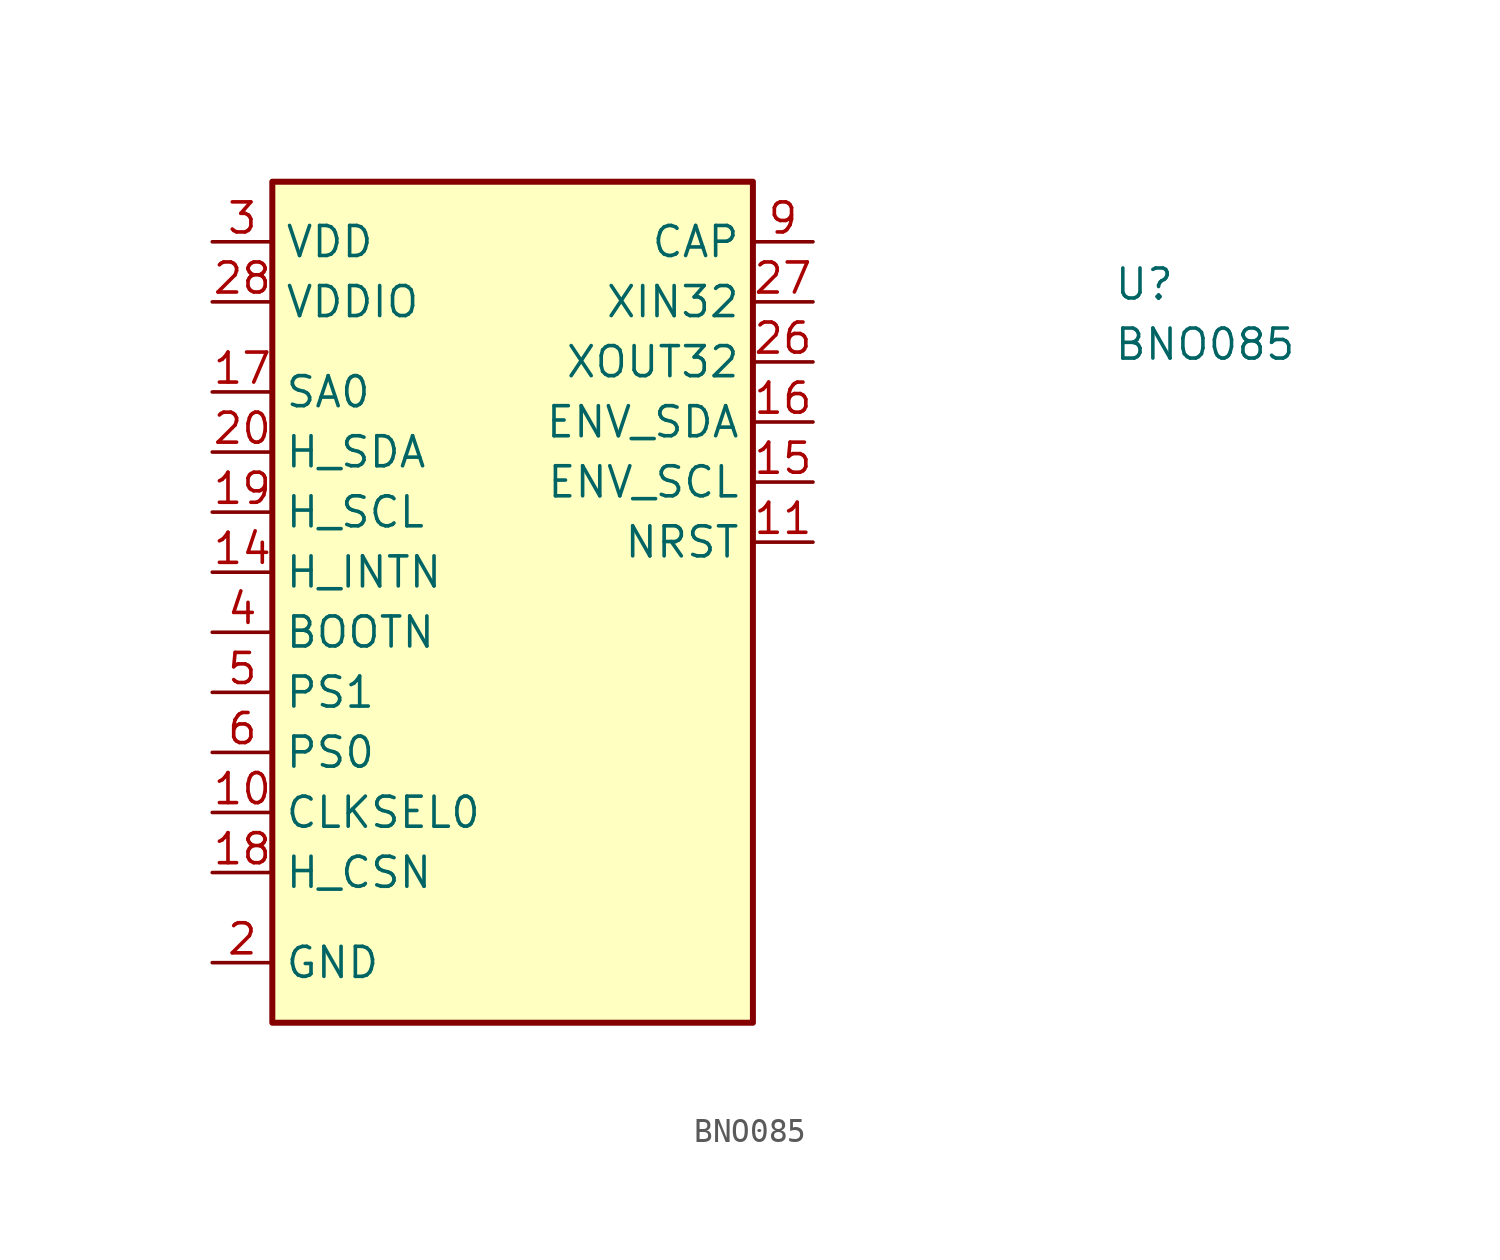
<source format=kicad_sym>
(kicad_symbol_lib
  (version 20211014)
  (generator kicad_symbol_editor)
  (symbol "BNO085"
    (property "Reference" "U"
      (at 38.1 -2.54 0)
      (effects (font (size 1.27 1.27) (thickness 0.15)) (justify left bottom)))
    (property "Value" "BNO085"
      (at 38.1 -5.08 0)
      (effects (font (size 1.27 1.27) (thickness 0.15)) (justify left bottom)))
    (symbol "BNO085_1_1"
      (rectangle (start 2.54 2.54) (end 22.86 -33.02) (stroke (width 0.254) (type default) (color 0 0 0 0)) (fill (type background)))
      (pin no_connect line (at 22.86 -15.24 180) (length 2.54) hide (name "RESV_NC" (effects (font (size 1.27 1.27)))) (number "1" (effects (font (size 1.27 1.27)))))
      (pin passive line (at 0 -24.13 0) (length 2.54) (name "CLKSEL0" (effects (font (size 1.27 1.27)))) (number "10" (effects (font (size 1.27 1.27)))))
      (pin input line (at 25.4 -12.7 180) (length 2.54) (name "NRST" (effects (font (size 1.27 1.27)))) (number "11" (effects (font (size 1.27 1.27)))))
      (pin no_connect line (at 22.86 -22.86 180) (length 2.54) hide (name "RESV_NC" (effects (font (size 1.27 1.27)))) (number "12" (effects (font (size 1.27 1.27)))))
      (pin no_connect line (at 22.86 -25.4 180) (length 2.54) hide (name "RESV_NC" (effects (font (size 1.27 1.27)))) (number "13" (effects (font (size 1.27 1.27)))))
      (pin output line (at 0 -13.97 0) (length 2.54) (name "H_INTN" (effects (font (size 1.27 1.27)))) (number "14" (effects (font (size 1.27 1.27)))))
      (pin passive line (at 25.4 -10.16 180) (length 2.54) (name "ENV_SCL" (effects (font (size 1.27 1.27)))) (number "15" (effects (font (size 1.27 1.27)))))
      (pin passive line (at 25.4 -7.62 180) (length 2.54) (name "ENV_SDA" (effects (font (size 1.27 1.27)))) (number "16" (effects (font (size 1.27 1.27)))))
      (pin input line (at 0 -6.35 0) (length 2.54) (name "SA0" (effects (font (size 1.27 1.27)))) (number "17" (effects (font (size 1.27 1.27)))) (alternate "H_MOSI" input line))
      (pin input line (at 0 -26.67 0) (length 2.54) (name "H_CSN" (effects (font (size 1.27 1.27)))) (number "18" (effects (font (size 1.27 1.27)))))
      (pin input line (at 0 -11.43 0) (length 2.54) (name "H_SCL" (effects (font (size 1.27 1.27)))) (number "19" (effects (font (size 1.27 1.27)))) (alternate "RX" input line) (alternate "SCK" input line))
      (pin power_in line (at 0 -30.48 0) (length 2.54) (name "GND" (effects (font (size 1.27 1.27)))) (number "2" (effects (font (size 1.27 1.27)))))
      (pin input line (at 0 -8.89 0) (length 2.54) (name "H_SDA" (effects (font (size 1.27 1.27)))) (number "20" (effects (font (size 1.27 1.27)))) (alternate "H_MISO" bidirectional line) (alternate "TX" output line))
      (pin no_connect line (at 22.86 -27.94 180) (length 2.54) hide (name "RESV_NC" (effects (font (size 1.27 1.27)))) (number "21" (effects (font (size 1.27 1.27)))))
      (pin no_connect line (at 22.86 -30.48 180) (length 2.54) hide (name "RESV_NC" (effects (font (size 1.27 1.27)))) (number "22" (effects (font (size 1.27 1.27)))))
      (pin no_connect line (at 10.795 -33.02 90) (length 2.54) hide (name "RESV_NC" (effects (font (size 1.27 1.27)))) (number "23" (effects (font (size 1.27 1.27)))))
      (pin no_connect line (at 8.255 -33.02 90) (length 2.54) hide (name "RESV_NC" (effects (font (size 1.27 1.27)))) (number "24" (effects (font (size 1.27 1.27)))))
      (pin passive line (at 0 -30.48 0) (length 2.54) hide (name "GND" (effects (font (size 1.27 1.27)))) (number "25" (effects (font (size 1.27 1.27)))))
      (pin output line (at 25.4 -5.08 180) (length 2.54) (name "XOUT32" (effects (font (size 1.27 1.27)))) (number "26" (effects (font (size 1.27 1.27)))) (alternate "CLKSEL1" output line))
      (pin input line (at 25.4 -2.54 180) (length 2.54) (name "XIN32" (effects (font (size 1.27 1.27)))) (number "27" (effects (font (size 1.27 1.27)))))
      (pin power_in line (at 0 -2.54 0) (length 2.54) (name "VDDIO" (effects (font (size 1.27 1.27)))) (number "28" (effects (font (size 1.27 1.27)))))
      (pin power_in line (at 0 0 0) (length 2.54) (name "VDD" (effects (font (size 1.27 1.27)))) (number "3" (effects (font (size 1.27 1.27)))))
      (pin input line (at 0 -16.51 0) (length 2.54) (name "BOOTN" (effects (font (size 1.27 1.27)))) (number "4" (effects (font (size 1.27 1.27)))))
      (pin input line (at 0 -19.05 0) (length 2.54) (name "PS1" (effects (font (size 1.27 1.27)))) (number "5" (effects (font (size 1.27 1.27)))))
      (pin input line (at 0 -21.59 0) (length 2.54) (name "PS0" (effects (font (size 1.27 1.27)))) (number "6" (effects (font (size 1.27 1.27)))) (alternate "WAKE" input line))
      (pin no_connect line (at 22.86 -17.78 180) (length 2.54) hide (name "RESV_NC" (effects (font (size 1.27 1.27)))) (number "7" (effects (font (size 1.27 1.27)))))
      (pin no_connect line (at 22.86 -20.32 180) (length 2.54) hide (name "RESV_NC" (effects (font (size 1.27 1.27)))) (number "8" (effects (font (size 1.27 1.27)))))
      (pin passive line (at 25.4 0 180) (length 2.54) (name "CAP" (effects (font (size 1.27 1.27)))) (number "9" (effects (font (size 1.27 1.27))))))))
</source>
